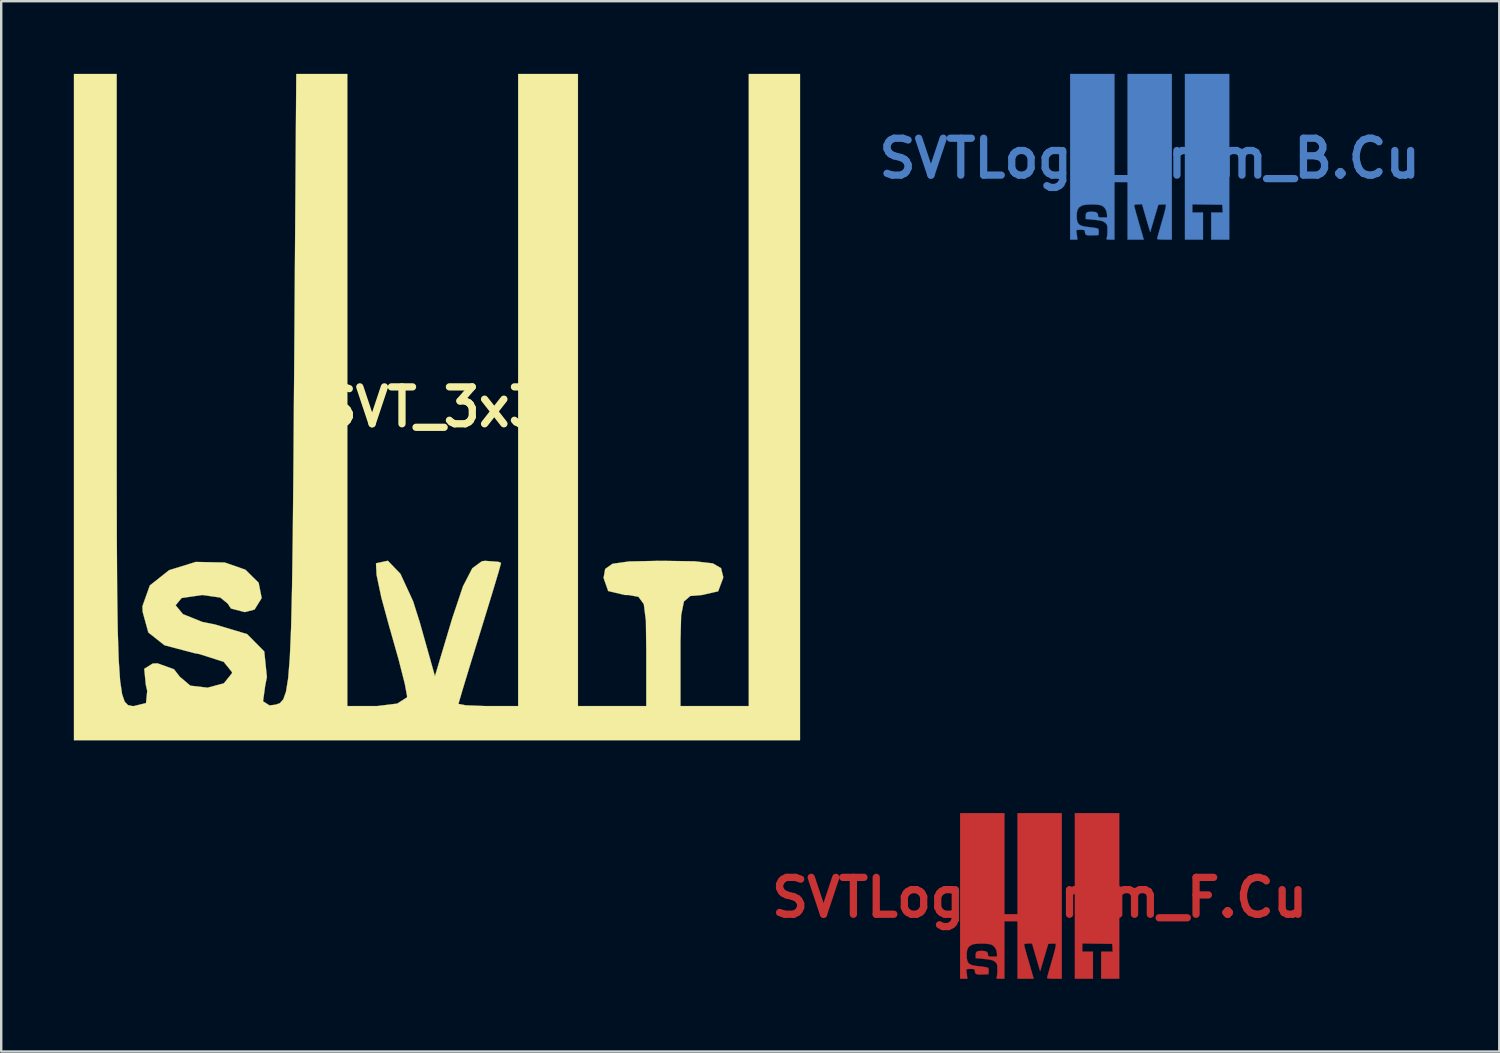
<source format=kicad_pcb>
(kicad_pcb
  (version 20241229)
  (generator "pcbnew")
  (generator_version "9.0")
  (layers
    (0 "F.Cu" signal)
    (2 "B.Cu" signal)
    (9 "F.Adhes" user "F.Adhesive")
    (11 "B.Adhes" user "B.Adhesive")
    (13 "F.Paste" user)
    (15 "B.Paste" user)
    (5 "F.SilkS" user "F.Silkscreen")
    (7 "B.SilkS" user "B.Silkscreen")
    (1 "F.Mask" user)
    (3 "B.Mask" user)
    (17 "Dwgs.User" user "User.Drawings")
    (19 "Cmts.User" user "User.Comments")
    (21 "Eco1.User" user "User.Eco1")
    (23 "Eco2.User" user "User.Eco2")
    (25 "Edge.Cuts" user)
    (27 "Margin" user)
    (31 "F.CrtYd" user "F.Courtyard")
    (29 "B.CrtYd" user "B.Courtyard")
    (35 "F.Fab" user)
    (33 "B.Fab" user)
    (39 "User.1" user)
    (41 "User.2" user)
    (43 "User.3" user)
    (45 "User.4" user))
  (footprint "SVT_3x3"
    (layer "F.Cu")
    (at 14.822 13.763)
    (property "Reference" "SVT_3x3" (at 0 0 0) (layer "F.SilkS") (effects (font (size 1.524 1.524) (thickness 0.3))))
    (attr through_hole)
    (fp_poly (pts (xy -13.053 -0.706) (xy -13.052 2.67) (xy -13.047 5.407) (xy -13.034 7.572) (xy -13.009 9.233) (xy -12.969 10.456) (xy -12.911 11.307) (xy -12.829 11.856) (xy -12.722 12.167) (xy -12.585 12.308) (xy -12.414 12.346) (xy -12.341 12.347) (xy -11.842 12.224) (xy -11.792 11.723) (xy -11.85 11.465) (xy -11.915 10.809) (xy -11.565 10.592) (xy -11.365 10.583) (xy -10.687 10.827) (xy -10.447 11.136) (xy -10.009 11.506) (xy -9.299 11.588) (xy -8.626 11.408) (xy -8.293 10.994) (xy -8.29 10.946) (xy -8.634 10.52) (xy -9.639 10.199) (xy -9.852 10.16) (xy -11.081 9.835) (xy -11.746 9.308) (xy -11.981 8.456) (xy -11.989 8.222) (xy -11.684 7.366) (xy -10.885 6.734) (xy -9.788 6.395) (xy -8.587 6.419) (xy -7.738 6.715) (xy -7.19 7.254) (xy -7.065 7.887) (xy -7.359 8.362) (xy -7.761 8.467) (xy -8.334 8.319) (xy -8.467 8.114) (xy -8.773 7.866) (xy -9.512 7.761) (xy -9.525 7.761) (xy -10.371 7.885) (xy -10.619 8.185) (xy -10.317 8.551) (xy -9.511 8.875) (xy -8.997 8.977) (xy -7.667 9.375) (xy -6.958 10.092) (xy -6.849 11.152) (xy -6.918 11.493) (xy -7.008 12.149) (xy -6.739 12.322) (xy -6.485 12.289) (xy -6.312 12.227) (xy -6.172 12.069) (xy -6.059 11.748) (xy -5.97 11.195) (xy -5.902 10.343) (xy -5.85 9.125) (xy -5.811 7.472) (xy -5.78 5.318) (xy -5.754 2.594) (xy -5.729 -0.768) (xy -5.728 -0.798) (xy -5.636 -13.758) (xy -3.528 -13.758) (xy -3.528 12.347) (xy -2.293 12.347) (xy -1.466 12.246) (xy -1.067 11.992) (xy -1.058 11.944) (xy -1.154 11.425) (xy -1.405 10.438) (xy -1.759 9.189) (xy -1.789 9.088) (xy -2.121 7.869) (xy -2.319 6.933) (xy -2.343 6.464) (xy -2.333 6.449) (xy -1.854 6.346) (xy -1.334 6.886) (xy -0.813 8.013) (xy -0.539 8.875) (xy 0.091 11.113) (xy 0.804 8.731) (xy 1.248 7.405) (xy 1.634 6.656) (xy 2.032 6.365) (xy 2.169 6.35) (xy 2.714 6.39) (xy 2.822 6.438) (xy 2.725 6.791) (xy 2.466 7.655) (xy 2.094 8.869) (xy 1.946 9.349) (xy 1.545 10.646) (xy 1.239 11.652) (xy 1.077 12.203) (xy 1.064 12.259) (xy 1.371 12.317) (xy 2.132 12.346) (xy 2.293 12.347) (xy 3.528 12.347) (xy 3.528 -13.758) (xy 5.997 -13.758) (xy 5.997 12.347) (xy 8.819 12.347) (xy 8.819 10.054) (xy 8.804 8.822) (xy 8.717 8.135) (xy 8.496 7.835) (xy 8.082 7.762) (xy 7.938 7.761) (xy 7.246 7.596) (xy 7.056 7.056) (xy 7.122 6.685) (xy 7.423 6.472) (xy 8.108 6.375) (xy 9.328 6.35) (xy 9.525 6.35) (xy 10.823 6.369) (xy 11.566 6.455) (xy 11.906 6.651) (xy 11.994 6.999) (xy 11.994 7.056) (xy 11.788 7.609) (xy 11.113 7.761) (xy 10.638 7.801) (xy 10.374 8.028) (xy 10.259 8.601) (xy 10.231 9.68) (xy 10.231 10.054) (xy 10.231 12.347) (xy 13.053 12.347) (xy 13.053 -13.758) (xy 15.169 -13.758) (xy 15.169 13.758) (xy -14.817 13.758) (xy -14.817 -13.758) (xy -13.053 -13.758) (xy -13.053 -0.706)) (stroke (width 0.01) (type solid)) (fill yes) (layer "F.SilkS")))
  (footprint "SVTLogo_7mm_F.Cu"
    (layer "F.Cu")
    (at 39.888 34.02)
    (property "Reference" "SVTLogo_7mm_F.Cu" (at 0 0 0) (layer "F.Cu") (effects (font (size 1.524 1.524) (thickness 0.3))))
    (attr through_hole)
    (fp_poly (pts (xy 3.285 3.353) (xy 2.54 3.353) (xy 2.54 2.235) (xy 3.018 2.235) (xy 3.008 2.074) (xy 2.997 1.913) (xy 2.379 1.904) (xy 1.761 1.895) (xy 1.761 2.235) (xy 2.201 2.235) (xy 2.201 3.353) (xy 1.456 3.353) (xy 1.456 -3.488) (xy 3.285 -3.488) (xy 3.285 3.353)) (stroke (width 0.01) (type solid)) (fill yes) (layer "F.Cu"))
    (fp_poly (pts (xy 0.914 3.353) (xy 0.61 3.353) (xy 0.475 3.35) (xy 0.371 3.342) (xy 0.313 3.33) (xy 0.305 3.324) (xy 0.314 3.284) (xy 0.339 3.189) (xy 0.378 3.05) (xy 0.428 2.875) (xy 0.485 2.675) (xy 0.504 2.61) (xy 0.574 2.366) (xy 0.624 2.18) (xy 0.655 2.048) (xy 0.669 1.962) (xy 0.667 1.918) (xy 0.66 1.909) (xy 0.6 1.9) (xy 0.506 1.901) (xy 0.486 1.903) (xy 0.356 1.913) (xy 0.188 2.478) (xy 0.021 3.043) (xy -0.091 2.664) (xy -0.142 2.49) (xy -0.192 2.318) (xy -0.235 2.17) (xy -0.258 2.091) (xy -0.314 1.897) (xy -0.479 1.897) (xy -0.592 1.905) (xy -0.641 1.93) (xy -0.643 1.939) (xy -0.634 1.983) (xy -0.609 2.081) (xy -0.57 2.225) (xy -0.52 2.402) (xy -0.462 2.603) (xy -0.444 2.667) (xy -0.245 3.353) (xy -0.914 3.353) (xy -0.914 -3.488) (xy 0.914 -3.488) (xy 0.914 3.353)) (stroke (width 0.01) (type solid)) (fill yes) (layer "F.Cu"))
    (fp_poly (pts (xy -1.456 3.353) (xy -1.628 3.353) (xy -1.728 3.351) (xy -1.775 3.34) (xy -1.783 3.312) (xy -1.772 3.277) (xy -1.758 3.204) (xy -1.748 3.09) (xy -1.745 2.968) (xy -1.749 2.84) (xy -1.761 2.76) (xy -1.789 2.705) (xy -1.837 2.658) (xy -1.889 2.619) (xy -1.953 2.59) (xy -2.041 2.567) (xy -2.166 2.548) (xy -2.341 2.529) (xy -2.413 2.522) (xy -2.642 2.501) (xy -2.642 2.372) (xy -2.634 2.286) (xy -2.602 2.235) (xy -2.532 2.209) (xy -2.412 2.202) (xy -2.375 2.201) (xy -2.243 2.214) (xy -2.165 2.256) (xy -2.135 2.333) (xy -2.134 2.361) (xy -2.128 2.405) (xy -2.099 2.428) (xy -2.032 2.437) (xy -1.947 2.438) (xy -1.761 2.438) (xy -1.761 2.328) (xy -1.787 2.175) (xy -1.857 2.045) (xy -1.961 1.957) (xy -1.998 1.941) (xy -2.114 1.916) (xy -2.269 1.902) (xy -2.439 1.9) (xy -2.602 1.908) (xy -2.735 1.927) (xy -2.791 1.944) (xy -2.904 2.01) (xy -2.974 2.103) (xy -3.008 2.237) (xy -3.014 2.36) (xy -3.007 2.522) (xy -2.98 2.64) (xy -2.923 2.723) (xy -2.827 2.779) (xy -2.683 2.815) (xy -2.482 2.84) (xy -2.457 2.843) (xy -2.32 2.859) (xy -2.209 2.878) (xy -2.14 2.897) (xy -2.129 2.904) (xy -2.109 2.958) (xy -2.105 3.045) (xy -2.106 3.052) (xy -2.117 3.167) (xy -2.368 3.177) (xy -2.514 3.178) (xy -2.605 3.165) (xy -2.654 3.13) (xy -2.673 3.067) (xy -2.675 3.023) (xy -2.682 2.979) (xy -2.712 2.956) (xy -2.782 2.947) (xy -2.859 2.946) (xy -2.965 2.949) (xy -3.017 2.962) (xy -3.032 2.989) (xy -3.03 3.006) (xy -3.019 3.076) (xy -3.006 3.178) (xy -3.002 3.209) (xy -2.987 3.353) (xy -3.285 3.353) (xy -3.285 -3.488) (xy -1.456 -3.488) (xy -1.456 3.353)) (stroke (width 0.01) (type solid)) (fill yes) (layer "F.Cu")))
  (footprint "SVTLogo_7mm_B.Cu"
    (layer "F.Cu")
    (at 44.433 3.493)
    (property "Reference" "SVTLogo_7mm_B.Cu" (at 0 0 0) (layer "B.Cu") (effects (font (size 1.524 1.524) (thickness 0.3))))
    (attr through_hole)
    (fp_poly (pts (xy 3.285 3.353) (xy 2.54 3.353) (xy 2.54 2.235) (xy 3.018 2.235) (xy 3.008 2.074) (xy 2.997 1.913) (xy 2.379 1.904) (xy 1.761 1.895) (xy 1.761 2.235) (xy 2.201 2.235) (xy 2.201 3.353) (xy 1.456 3.353) (xy 1.456 -3.488) (xy 3.285 -3.488) (xy 3.285 3.353)) (stroke (width 0.01) (type solid)) (fill yes) (layer "B.Cu"))
    (fp_poly (pts (xy 0.914 3.353) (xy 0.61 3.353) (xy 0.475 3.35) (xy 0.371 3.342) (xy 0.313 3.33) (xy 0.305 3.324) (xy 0.314 3.284) (xy 0.339 3.189) (xy 0.378 3.05) (xy 0.428 2.875) (xy 0.485 2.675) (xy 0.504 2.61) (xy 0.574 2.366) (xy 0.624 2.18) (xy 0.655 2.048) (xy 0.669 1.962) (xy 0.667 1.918) (xy 0.66 1.909) (xy 0.6 1.9) (xy 0.506 1.901) (xy 0.486 1.903) (xy 0.356 1.913) (xy 0.188 2.478) (xy 0.021 3.043) (xy -0.091 2.664) (xy -0.142 2.49) (xy -0.192 2.318) (xy -0.235 2.17) (xy -0.258 2.091) (xy -0.314 1.897) (xy -0.479 1.897) (xy -0.592 1.905) (xy -0.641 1.93) (xy -0.643 1.939) (xy -0.634 1.983) (xy -0.609 2.081) (xy -0.57 2.225) (xy -0.52 2.402) (xy -0.462 2.603) (xy -0.444 2.667) (xy -0.245 3.353) (xy -0.914 3.353) (xy -0.914 -3.488) (xy 0.914 -3.488) (xy 0.914 3.353)) (stroke (width 0.01) (type solid)) (fill yes) (layer "B.Cu"))
    (fp_poly (pts (xy -1.456 3.353) (xy -1.628 3.353) (xy -1.728 3.351) (xy -1.775 3.34) (xy -1.783 3.312) (xy -1.772 3.277) (xy -1.758 3.204) (xy -1.748 3.09) (xy -1.745 2.968) (xy -1.749 2.84) (xy -1.761 2.76) (xy -1.789 2.705) (xy -1.837 2.658) (xy -1.889 2.619) (xy -1.953 2.59) (xy -2.041 2.567) (xy -2.166 2.548) (xy -2.341 2.529) (xy -2.413 2.522) (xy -2.642 2.501) (xy -2.642 2.372) (xy -2.634 2.286) (xy -2.602 2.235) (xy -2.532 2.209) (xy -2.412 2.202) (xy -2.375 2.201) (xy -2.243 2.214) (xy -2.165 2.256) (xy -2.135 2.333) (xy -2.134 2.361) (xy -2.128 2.405) (xy -2.099 2.428) (xy -2.032 2.437) (xy -1.947 2.438) (xy -1.761 2.438) (xy -1.761 2.328) (xy -1.787 2.175) (xy -1.857 2.045) (xy -1.961 1.957) (xy -1.998 1.941) (xy -2.114 1.916) (xy -2.269 1.902) (xy -2.439 1.9) (xy -2.602 1.908) (xy -2.735 1.927) (xy -2.791 1.944) (xy -2.904 2.01) (xy -2.974 2.103) (xy -3.008 2.237) (xy -3.014 2.36) (xy -3.007 2.522) (xy -2.98 2.64) (xy -2.923 2.723) (xy -2.827 2.779) (xy -2.683 2.815) (xy -2.482 2.84) (xy -2.457 2.843) (xy -2.32 2.859) (xy -2.209 2.878) (xy -2.14 2.897) (xy -2.129 2.904) (xy -2.109 2.958) (xy -2.105 3.045) (xy -2.106 3.052) (xy -2.117 3.167) (xy -2.368 3.177) (xy -2.514 3.178) (xy -2.605 3.165) (xy -2.654 3.13) (xy -2.673 3.067) (xy -2.675 3.023) (xy -2.682 2.979) (xy -2.712 2.956) (xy -2.782 2.947) (xy -2.859 2.946) (xy -2.965 2.949) (xy -3.017 2.962) (xy -3.032 2.989) (xy -3.03 3.006) (xy -3.019 3.076) (xy -3.006 3.178) (xy -3.002 3.209) (xy -2.987 3.353) (xy -3.285 3.353) (xy -3.285 -3.488) (xy -1.456 -3.488) (xy -1.456 3.353)) (stroke (width 0.01) (type solid)) (fill yes) (layer "B.Cu")))
  (footprint "SVTLogo_7mm_B.Mask"
    (layer "F.Cu")
    (at 12.78 34.02)
    (property "Reference" "SVTLogo_7mm_B.Mask" (at 0 0 0) (layer "B.Mask") (effects (font (size 1.524 1.524) (thickness 0.3))))
    (attr through_hole)
    (fp_poly (pts (xy 3.285 3.353) (xy 2.54 3.353) (xy 2.54 2.235) (xy 3.018 2.235) (xy 3.008 2.074) (xy 2.997 1.913) (xy 2.379 1.904) (xy 1.761 1.895) (xy 1.761 2.235) (xy 2.201 2.235) (xy 2.201 3.353) (xy 1.456 3.353) (xy 1.456 -3.488) (xy 3.285 -3.488) (xy 3.285 3.353)) (stroke (width 0.01) (type solid)) (fill yes) (layer "B.Mask"))
    (fp_poly (pts (xy 0.914 3.353) (xy 0.61 3.353) (xy 0.475 3.35) (xy 0.371 3.342) (xy 0.313 3.33) (xy 0.305 3.324) (xy 0.314 3.284) (xy 0.339 3.189) (xy 0.378 3.05) (xy 0.428 2.875) (xy 0.485 2.675) (xy 0.504 2.61) (xy 0.574 2.366) (xy 0.624 2.18) (xy 0.655 2.048) (xy 0.669 1.962) (xy 0.667 1.918) (xy 0.66 1.909) (xy 0.6 1.9) (xy 0.506 1.901) (xy 0.486 1.903) (xy 0.356 1.913) (xy 0.188 2.478) (xy 0.021 3.043) (xy -0.091 2.664) (xy -0.142 2.49) (xy -0.192 2.318) (xy -0.235 2.17) (xy -0.258 2.091) (xy -0.314 1.897) (xy -0.479 1.897) (xy -0.592 1.905) (xy -0.641 1.93) (xy -0.643 1.939) (xy -0.634 1.983) (xy -0.609 2.081) (xy -0.57 2.225) (xy -0.52 2.402) (xy -0.462 2.603) (xy -0.444 2.667) (xy -0.245 3.353) (xy -0.914 3.353) (xy -0.914 -3.488) (xy 0.914 -3.488) (xy 0.914 3.353)) (stroke (width 0.01) (type solid)) (fill yes) (layer "B.Mask"))
    (fp_poly (pts (xy -1.456 3.353) (xy -1.628 3.353) (xy -1.728 3.351) (xy -1.775 3.34) (xy -1.783 3.312) (xy -1.772 3.277) (xy -1.758 3.204) (xy -1.748 3.09) (xy -1.745 2.968) (xy -1.749 2.84) (xy -1.761 2.76) (xy -1.789 2.705) (xy -1.837 2.658) (xy -1.889 2.619) (xy -1.953 2.59) (xy -2.041 2.567) (xy -2.166 2.548) (xy -2.341 2.529) (xy -2.413 2.522) (xy -2.642 2.501) (xy -2.642 2.372) (xy -2.634 2.286) (xy -2.602 2.235) (xy -2.532 2.209) (xy -2.412 2.202) (xy -2.375 2.201) (xy -2.243 2.214) (xy -2.165 2.256) (xy -2.135 2.333) (xy -2.134 2.361) (xy -2.128 2.405) (xy -2.099 2.428) (xy -2.032 2.437) (xy -1.947 2.438) (xy -1.761 2.438) (xy -1.761 2.328) (xy -1.787 2.175) (xy -1.857 2.045) (xy -1.961 1.957) (xy -1.998 1.941) (xy -2.114 1.916) (xy -2.269 1.902) (xy -2.439 1.9) (xy -2.602 1.908) (xy -2.735 1.927) (xy -2.791 1.944) (xy -2.904 2.01) (xy -2.974 2.103) (xy -3.008 2.237) (xy -3.014 2.36) (xy -3.007 2.522) (xy -2.98 2.64) (xy -2.923 2.723) (xy -2.827 2.779) (xy -2.683 2.815) (xy -2.482 2.84) (xy -2.457 2.843) (xy -2.32 2.859) (xy -2.209 2.878) (xy -2.14 2.897) (xy -2.129 2.904) (xy -2.109 2.958) (xy -2.105 3.045) (xy -2.106 3.052) (xy -2.117 3.167) (xy -2.368 3.177) (xy -2.514 3.178) (xy -2.605 3.165) (xy -2.654 3.13) (xy -2.673 3.067) (xy -2.675 3.023) (xy -2.682 2.979) (xy -2.712 2.956) (xy -2.782 2.947) (xy -2.859 2.946) (xy -2.965 2.949) (xy -3.017 2.962) (xy -3.032 2.989) (xy -3.03 3.006) (xy -3.019 3.076) (xy -3.006 3.178) (xy -3.002 3.209) (xy -2.987 3.353) (xy -3.285 3.353) (xy -3.285 -3.488) (xy -1.456 -3.488) (xy -1.456 3.353)) (stroke (width 0.01) (type solid)) (fill yes) (layer "B.Mask")))
  (gr_rect
    (start -3 -3)
    (end 58.871 40.378)
    (stroke (width 0.1) (type default))
    (fill no)
    (layer "Edge.Cuts")))
</source>
